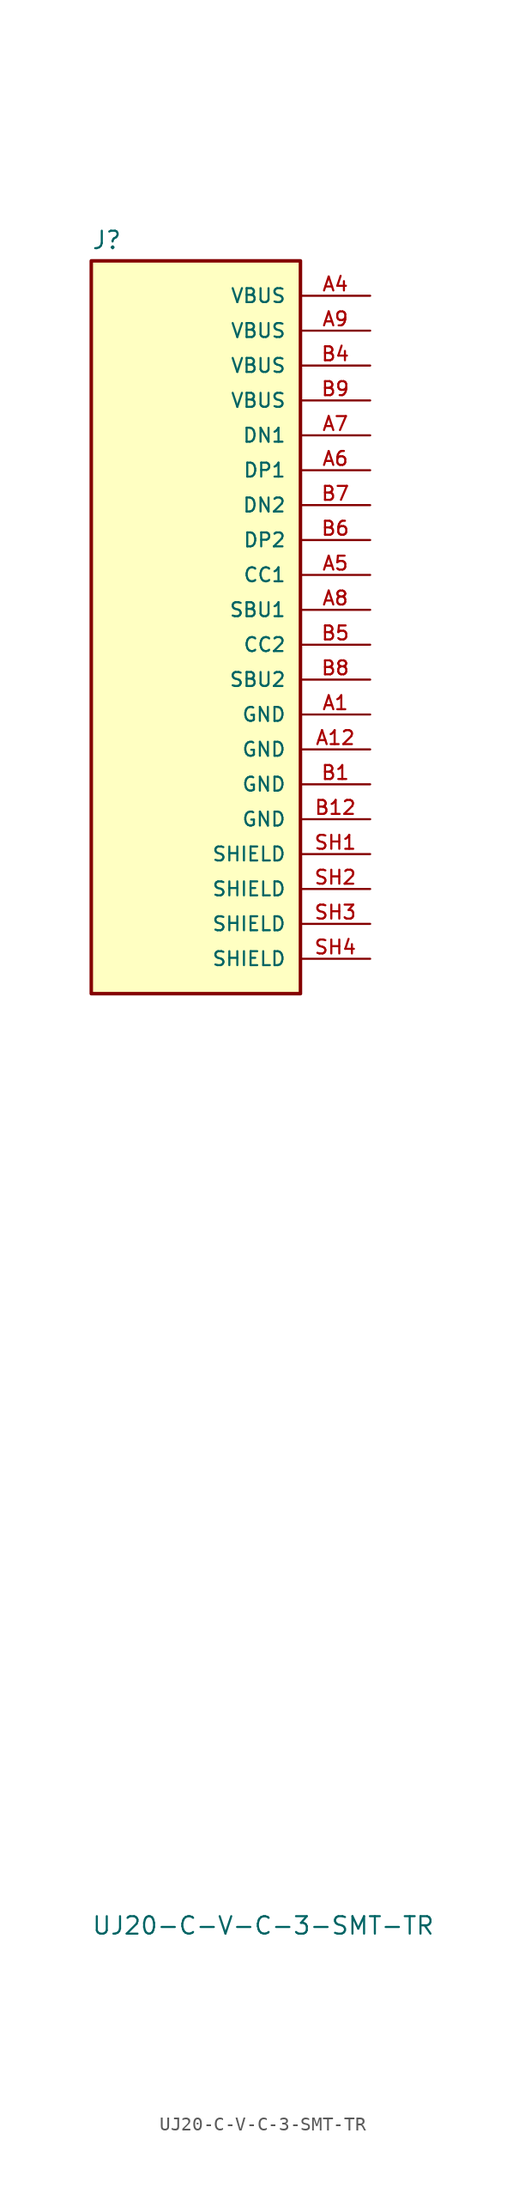
<source format=kicad_sym>
(kicad_symbol_lib
  (version 20241209)
  (generator "kicad_symbol_editor")
  (generator_version "9.0")
  (symbol "UJ20-C-V-C-3-SMT-TR"
    (pin_names
      (offset 1.016))
    (property "Reference" "J"
      (at -7.62 23.622 0)
      (effects (font (size 1.27 1.27)) (justify left bottom)))
    (property "Value" "UJ20-C-V-C-3-SMT-TR"
      (at -7.62 -99.06 0)
      (effects (font (size 1.27 1.27)) (justify left bottom)))
    (symbol "UJ20-C-V-C-3-SMT-TR_0_0"
      (rectangle (start -7.62 22.86) (end 7.62 -30.48) (stroke (width 0.254) (type default)) (fill (type background)))
      (pin passive line (at 12.7 20.32 180) (length 5.08) (name "VBUS" (effects (font (size 1.016 1.016)))) (number "A4" (effects (font (size 1.016 1.016)))))
      (pin passive line (at 12.7 17.78 180) (length 5.08) (name "VBUS" (effects (font (size 1.016 1.016)))) (number "A9" (effects (font (size 1.016 1.016)))))
      (pin passive line (at 12.7 15.24 180) (length 5.08) (name "VBUS" (effects (font (size 1.016 1.016)))) (number "B4" (effects (font (size 1.016 1.016)))))
      (pin passive line (at 12.7 12.7 180) (length 5.08) (name "VBUS" (effects (font (size 1.016 1.016)))) (number "B9" (effects (font (size 1.016 1.016)))))
      (pin passive line (at 12.7 10.16 180) (length 5.08) (name "DN1" (effects (font (size 1.016 1.016)))) (number "A7" (effects (font (size 1.016 1.016)))))
      (pin passive line (at 12.7 7.62 180) (length 5.08) (name "DP1" (effects (font (size 1.016 1.016)))) (number "A6" (effects (font (size 1.016 1.016)))))
      (pin passive line (at 12.7 5.08 180) (length 5.08) (name "DN2" (effects (font (size 1.016 1.016)))) (number "B7" (effects (font (size 1.016 1.016)))))
      (pin passive line (at 12.7 2.54 180) (length 5.08) (name "DP2" (effects (font (size 1.016 1.016)))) (number "B6" (effects (font (size 1.016 1.016)))))
      (pin passive line (at 12.7 0 180) (length 5.08) (name "CC1" (effects (font (size 1.016 1.016)))) (number "A5" (effects (font (size 1.016 1.016)))))
      (pin passive line (at 12.7 -2.54 180) (length 5.08) (name "SBU1" (effects (font (size 1.016 1.016)))) (number "A8" (effects (font (size 1.016 1.016)))))
      (pin passive line (at 12.7 -5.08 180) (length 5.08) (name "CC2" (effects (font (size 1.016 1.016)))) (number "B5" (effects (font (size 1.016 1.016)))))
      (pin passive line (at 12.7 -7.62 180) (length 5.08) (name "SBU2" (effects (font (size 1.016 1.016)))) (number "B8" (effects (font (size 1.016 1.016)))))
      (pin passive line (at 12.7 -10.16 180) (length 5.08) (name "GND" (effects (font (size 1.016 1.016)))) (number "A1" (effects (font (size 1.016 1.016)))))
      (pin passive line (at 12.7 -12.7 180) (length 5.08) (name "GND" (effects (font (size 1.016 1.016)))) (number "A12" (effects (font (size 1.016 1.016)))))
      (pin passive line (at 12.7 -15.24 180) (length 5.08) (name "GND" (effects (font (size 1.016 1.016)))) (number "B1" (effects (font (size 1.016 1.016)))))
      (pin passive line (at 12.7 -17.78 180) (length 5.08) (name "GND" (effects (font (size 1.016 1.016)))) (number "B12" (effects (font (size 1.016 1.016)))))
      (pin passive line (at 12.7 -20.32 180) (length 5.08) (name "SHIELD" (effects (font (size 1.016 1.016)))) (number "SH1" (effects (font (size 1.016 1.016)))))
      (pin passive line (at 12.7 -22.86 180) (length 5.08) (name "SHIELD" (effects (font (size 1.016 1.016)))) (number "SH2" (effects (font (size 1.016 1.016)))))
      (pin passive line (at 12.7 -25.4 180) (length 5.08) (name "SHIELD" (effects (font (size 1.016 1.016)))) (number "SH3" (effects (font (size 1.016 1.016)))))
      (pin passive line (at 12.7 -27.94 180) (length 5.08) (name "SHIELD" (effects (font (size 1.016 1.016)))) (number "SH4" (effects (font (size 1.016 1.016))))))))
</source>
